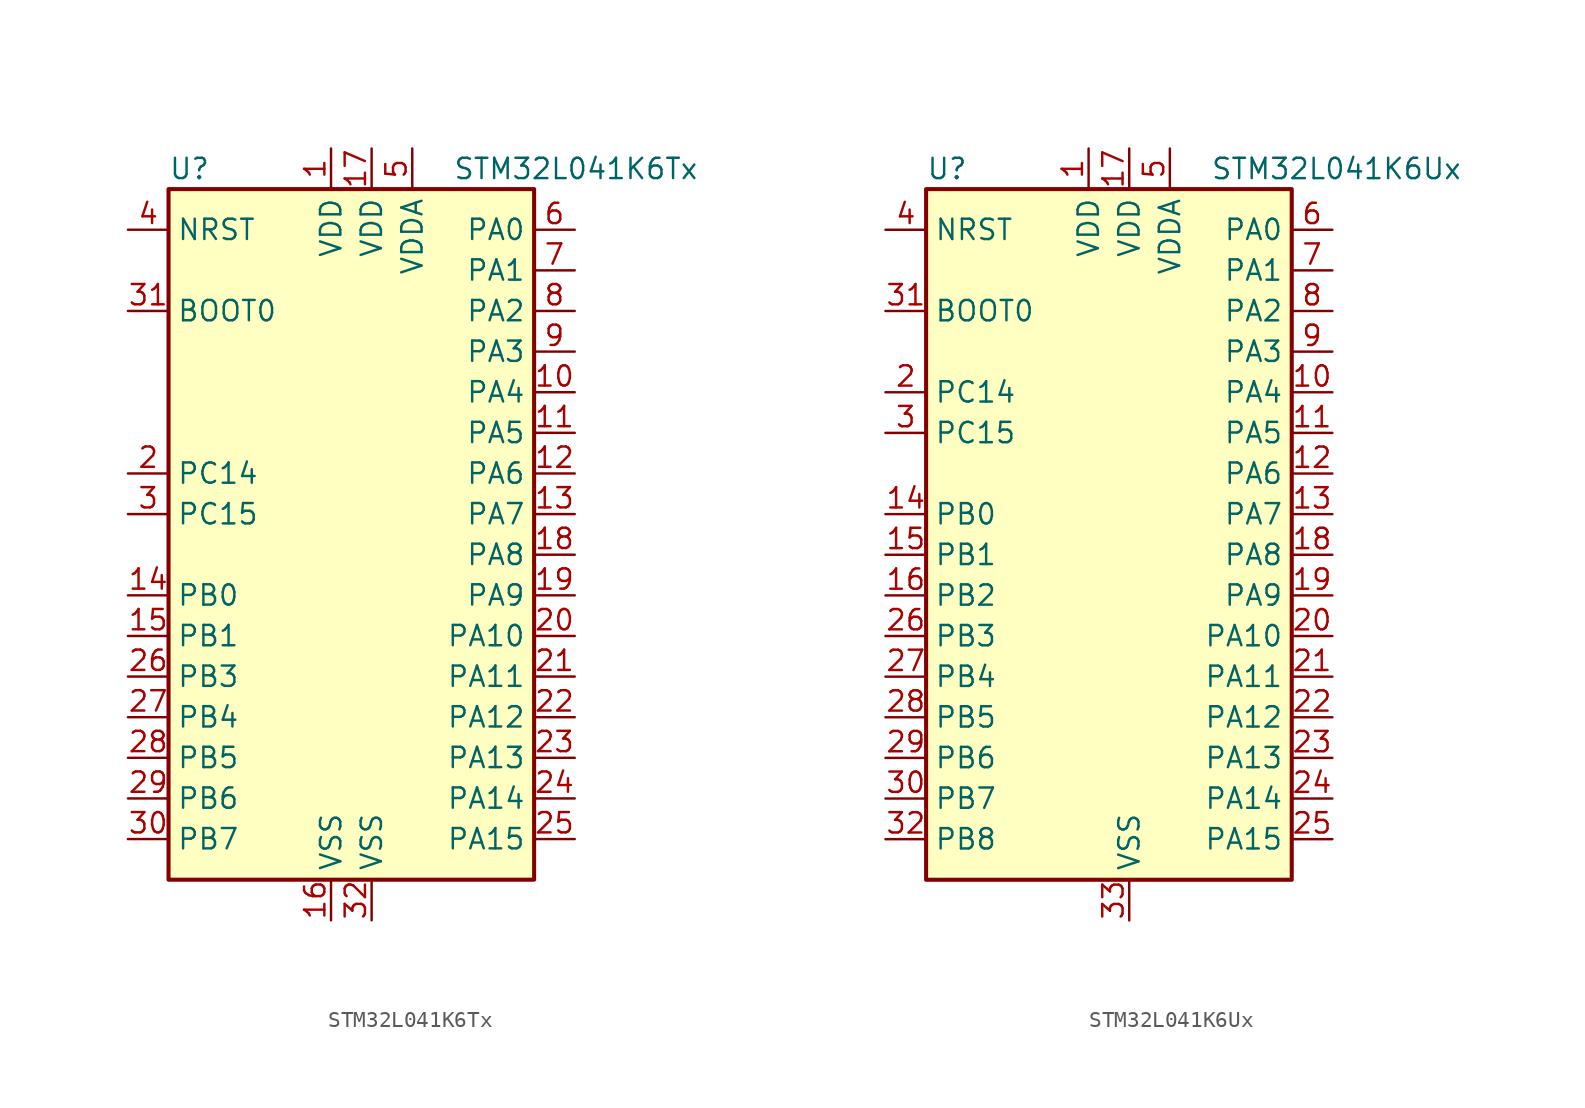
<source format=kicad_sym>
(kicad_symbol_lib
  (version 20201005)
  (generator kicad_symbol_editor)
  (symbol "MCU_ST_STM32L0:STM32L041K6Tx"
    (property "Reference" "U"
      (at -12.7 21.59 0)
      (effects (font (size 1.27 1.27)) (justify left)))
    (property "Value" "STM32L041K6Tx"
      (at 5.08 21.59 0)
      (effects (font (size 1.27 1.27)) (justify left)))
    (symbol "STM32L041K6Tx_0_1"
      (rectangle (start -12.7 -22.86) (end 10.16 20.32) (stroke (width 0.254)) (fill (type background))))
    (symbol "STM32L041K6Tx_1_1"
      (pin input line (at -15.24 12.7 0) (length 2.54) (name "BOOT0" (effects (font (size 1.27 1.27)))) (number "31" (effects (font (size 1.27 1.27)))))
      (pin input line (at -15.24 17.78 0) (length 2.54) (name "NRST" (effects (font (size 1.27 1.27)))) (number "4" (effects (font (size 1.27 1.27)))))
      (pin bidirectional line (at 12.7 17.78 180) (length 2.54) (name "PA0" (effects (font (size 1.27 1.27)))) (number "6" (effects (font (size 1.27 1.27)))))
      (pin bidirectional line (at 12.7 15.24 180) (length 2.54) (name "PA1" (effects (font (size 1.27 1.27)))) (number "7" (effects (font (size 1.27 1.27)))))
      (pin bidirectional line (at 12.7 -7.62 180) (length 2.54) (name "PA10" (effects (font (size 1.27 1.27)))) (number "20" (effects (font (size 1.27 1.27)))))
      (pin bidirectional line (at 12.7 -10.16 180) (length 2.54) (name "PA11" (effects (font (size 1.27 1.27)))) (number "21" (effects (font (size 1.27 1.27)))))
      (pin bidirectional line (at 12.7 -12.7 180) (length 2.54) (name "PA12" (effects (font (size 1.27 1.27)))) (number "22" (effects (font (size 1.27 1.27)))))
      (pin bidirectional line (at 12.7 -15.24 180) (length 2.54) (name "PA13" (effects (font (size 1.27 1.27)))) (number "23" (effects (font (size 1.27 1.27)))))
      (pin bidirectional line (at 12.7 -17.78 180) (length 2.54) (name "PA14" (effects (font (size 1.27 1.27)))) (number "24" (effects (font (size 1.27 1.27)))))
      (pin bidirectional line (at 12.7 -20.32 180) (length 2.54) (name "PA15" (effects (font (size 1.27 1.27)))) (number "25" (effects (font (size 1.27 1.27)))))
      (pin bidirectional line (at 12.7 12.7 180) (length 2.54) (name "PA2" (effects (font (size 1.27 1.27)))) (number "8" (effects (font (size 1.27 1.27)))))
      (pin bidirectional line (at 12.7 10.16 180) (length 2.54) (name "PA3" (effects (font (size 1.27 1.27)))) (number "9" (effects (font (size 1.27 1.27)))))
      (pin bidirectional line (at 12.7 7.62 180) (length 2.54) (name "PA4" (effects (font (size 1.27 1.27)))) (number "10" (effects (font (size 1.27 1.27)))))
      (pin bidirectional line (at 12.7 5.08 180) (length 2.54) (name "PA5" (effects (font (size 1.27 1.27)))) (number "11" (effects (font (size 1.27 1.27)))))
      (pin bidirectional line (at 12.7 2.54 180) (length 2.54) (name "PA6" (effects (font (size 1.27 1.27)))) (number "12" (effects (font (size 1.27 1.27)))))
      (pin bidirectional line (at 12.7 0 180) (length 2.54) (name "PA7" (effects (font (size 1.27 1.27)))) (number "13" (effects (font (size 1.27 1.27)))))
      (pin bidirectional line (at 12.7 -2.54 180) (length 2.54) (name "PA8" (effects (font (size 1.27 1.27)))) (number "18" (effects (font (size 1.27 1.27)))))
      (pin bidirectional line (at 12.7 -5.08 180) (length 2.54) (name "PA9" (effects (font (size 1.27 1.27)))) (number "19" (effects (font (size 1.27 1.27)))))
      (pin bidirectional line (at -15.24 -5.08 0) (length 2.54) (name "PB0" (effects (font (size 1.27 1.27)))) (number "14" (effects (font (size 1.27 1.27)))))
      (pin bidirectional line (at -15.24 -7.62 0) (length 2.54) (name "PB1" (effects (font (size 1.27 1.27)))) (number "15" (effects (font (size 1.27 1.27)))))
      (pin bidirectional line (at -15.24 -10.16 0) (length 2.54) (name "PB3" (effects (font (size 1.27 1.27)))) (number "26" (effects (font (size 1.27 1.27)))))
      (pin bidirectional line (at -15.24 -12.7 0) (length 2.54) (name "PB4" (effects (font (size 1.27 1.27)))) (number "27" (effects (font (size 1.27 1.27)))))
      (pin bidirectional line (at -15.24 -15.24 0) (length 2.54) (name "PB5" (effects (font (size 1.27 1.27)))) (number "28" (effects (font (size 1.27 1.27)))))
      (pin bidirectional line (at -15.24 -17.78 0) (length 2.54) (name "PB6" (effects (font (size 1.27 1.27)))) (number "29" (effects (font (size 1.27 1.27)))))
      (pin bidirectional line (at -15.24 -20.32 0) (length 2.54) (name "PB7" (effects (font (size 1.27 1.27)))) (number "30" (effects (font (size 1.27 1.27)))))
      (pin bidirectional line (at -15.24 2.54 0) (length 2.54) (name "PC14" (effects (font (size 1.27 1.27)))) (number "2" (effects (font (size 1.27 1.27)))))
      (pin bidirectional line (at -15.24 0 0) (length 2.54) (name "PC15" (effects (font (size 1.27 1.27)))) (number "3" (effects (font (size 1.27 1.27)))))
      (pin power_in line (at -2.54 22.86 270) (length 2.54) (name "VDD" (effects (font (size 1.27 1.27)))) (number "1" (effects (font (size 1.27 1.27)))))
      (pin power_in line (at 0 22.86 270) (length 2.54) (name "VDD" (effects (font (size 1.27 1.27)))) (number "17" (effects (font (size 1.27 1.27)))))
      (pin power_in line (at 2.54 22.86 270) (length 2.54) (name "VDDA" (effects (font (size 1.27 1.27)))) (number "5" (effects (font (size 1.27 1.27)))))
      (pin power_in line (at -2.54 -25.4 90) (length 2.54) (name "VSS" (effects (font (size 1.27 1.27)))) (number "16" (effects (font (size 1.27 1.27)))))
      (pin power_in line (at 0 -25.4 90) (length 2.54) (name "VSS" (effects (font (size 1.27 1.27)))) (number "32" (effects (font (size 1.27 1.27)))))))
  (symbol "MCU_ST_STM32L0:STM32L041K6Ux"
    (property "Reference" "U"
      (at -12.7 21.59 0)
      (effects (font (size 1.27 1.27)) (justify left)))
    (property "Value" "STM32L041K6Ux"
      (at 5.08 21.59 0)
      (effects (font (size 1.27 1.27)) (justify left)))
    (symbol "STM32L041K6Ux_0_1"
      (rectangle (start -12.7 -22.86) (end 10.16 20.32) (stroke (width 0.254)) (fill (type background))))
    (symbol "STM32L041K6Ux_1_1"
      (pin input line (at -15.24 12.7 0) (length 2.54) (name "BOOT0" (effects (font (size 1.27 1.27)))) (number "31" (effects (font (size 1.27 1.27)))))
      (pin input line (at -15.24 17.78 0) (length 2.54) (name "NRST" (effects (font (size 1.27 1.27)))) (number "4" (effects (font (size 1.27 1.27)))))
      (pin bidirectional line (at 12.7 17.78 180) (length 2.54) (name "PA0" (effects (font (size 1.27 1.27)))) (number "6" (effects (font (size 1.27 1.27)))))
      (pin bidirectional line (at 12.7 15.24 180) (length 2.54) (name "PA1" (effects (font (size 1.27 1.27)))) (number "7" (effects (font (size 1.27 1.27)))))
      (pin bidirectional line (at 12.7 -7.62 180) (length 2.54) (name "PA10" (effects (font (size 1.27 1.27)))) (number "20" (effects (font (size 1.27 1.27)))))
      (pin bidirectional line (at 12.7 -10.16 180) (length 2.54) (name "PA11" (effects (font (size 1.27 1.27)))) (number "21" (effects (font (size 1.27 1.27)))))
      (pin bidirectional line (at 12.7 -12.7 180) (length 2.54) (name "PA12" (effects (font (size 1.27 1.27)))) (number "22" (effects (font (size 1.27 1.27)))))
      (pin bidirectional line (at 12.7 -15.24 180) (length 2.54) (name "PA13" (effects (font (size 1.27 1.27)))) (number "23" (effects (font (size 1.27 1.27)))))
      (pin bidirectional line (at 12.7 -17.78 180) (length 2.54) (name "PA14" (effects (font (size 1.27 1.27)))) (number "24" (effects (font (size 1.27 1.27)))))
      (pin bidirectional line (at 12.7 -20.32 180) (length 2.54) (name "PA15" (effects (font (size 1.27 1.27)))) (number "25" (effects (font (size 1.27 1.27)))))
      (pin bidirectional line (at 12.7 12.7 180) (length 2.54) (name "PA2" (effects (font (size 1.27 1.27)))) (number "8" (effects (font (size 1.27 1.27)))))
      (pin bidirectional line (at 12.7 10.16 180) (length 2.54) (name "PA3" (effects (font (size 1.27 1.27)))) (number "9" (effects (font (size 1.27 1.27)))))
      (pin bidirectional line (at 12.7 7.62 180) (length 2.54) (name "PA4" (effects (font (size 1.27 1.27)))) (number "10" (effects (font (size 1.27 1.27)))))
      (pin bidirectional line (at 12.7 5.08 180) (length 2.54) (name "PA5" (effects (font (size 1.27 1.27)))) (number "11" (effects (font (size 1.27 1.27)))))
      (pin bidirectional line (at 12.7 2.54 180) (length 2.54) (name "PA6" (effects (font (size 1.27 1.27)))) (number "12" (effects (font (size 1.27 1.27)))))
      (pin bidirectional line (at 12.7 0 180) (length 2.54) (name "PA7" (effects (font (size 1.27 1.27)))) (number "13" (effects (font (size 1.27 1.27)))))
      (pin bidirectional line (at 12.7 -2.54 180) (length 2.54) (name "PA8" (effects (font (size 1.27 1.27)))) (number "18" (effects (font (size 1.27 1.27)))))
      (pin bidirectional line (at 12.7 -5.08 180) (length 2.54) (name "PA9" (effects (font (size 1.27 1.27)))) (number "19" (effects (font (size 1.27 1.27)))))
      (pin bidirectional line (at -15.24 0 0) (length 2.54) (name "PB0" (effects (font (size 1.27 1.27)))) (number "14" (effects (font (size 1.27 1.27)))))
      (pin bidirectional line (at -15.24 -2.54 0) (length 2.54) (name "PB1" (effects (font (size 1.27 1.27)))) (number "15" (effects (font (size 1.27 1.27)))))
      (pin bidirectional line (at -15.24 -5.08 0) (length 2.54) (name "PB2" (effects (font (size 1.27 1.27)))) (number "16" (effects (font (size 1.27 1.27)))))
      (pin bidirectional line (at -15.24 -7.62 0) (length 2.54) (name "PB3" (effects (font (size 1.27 1.27)))) (number "26" (effects (font (size 1.27 1.27)))))
      (pin bidirectional line (at -15.24 -10.16 0) (length 2.54) (name "PB4" (effects (font (size 1.27 1.27)))) (number "27" (effects (font (size 1.27 1.27)))))
      (pin bidirectional line (at -15.24 -12.7 0) (length 2.54) (name "PB5" (effects (font (size 1.27 1.27)))) (number "28" (effects (font (size 1.27 1.27)))))
      (pin bidirectional line (at -15.24 -15.24 0) (length 2.54) (name "PB6" (effects (font (size 1.27 1.27)))) (number "29" (effects (font (size 1.27 1.27)))))
      (pin bidirectional line (at -15.24 -17.78 0) (length 2.54) (name "PB7" (effects (font (size 1.27 1.27)))) (number "30" (effects (font (size 1.27 1.27)))))
      (pin bidirectional line (at -15.24 -20.32 0) (length 2.54) (name "PB8" (effects (font (size 1.27 1.27)))) (number "32" (effects (font (size 1.27 1.27)))))
      (pin bidirectional line (at -15.24 7.62 0) (length 2.54) (name "PC14" (effects (font (size 1.27 1.27)))) (number "2" (effects (font (size 1.27 1.27)))))
      (pin bidirectional line (at -15.24 5.08 0) (length 2.54) (name "PC15" (effects (font (size 1.27 1.27)))) (number "3" (effects (font (size 1.27 1.27)))))
      (pin power_in line (at -2.54 22.86 270) (length 2.54) (name "VDD" (effects (font (size 1.27 1.27)))) (number "1" (effects (font (size 1.27 1.27)))))
      (pin power_in line (at 0 22.86 270) (length 2.54) (name "VDD" (effects (font (size 1.27 1.27)))) (number "17" (effects (font (size 1.27 1.27)))))
      (pin power_in line (at 2.54 22.86 270) (length 2.54) (name "VDDA" (effects (font (size 1.27 1.27)))) (number "5" (effects (font (size 1.27 1.27)))))
      (pin power_in line (at 0 -25.4 90) (length 2.54) (name "VSS" (effects (font (size 1.27 1.27)))) (number "33" (effects (font (size 1.27 1.27))))))))
</source>
